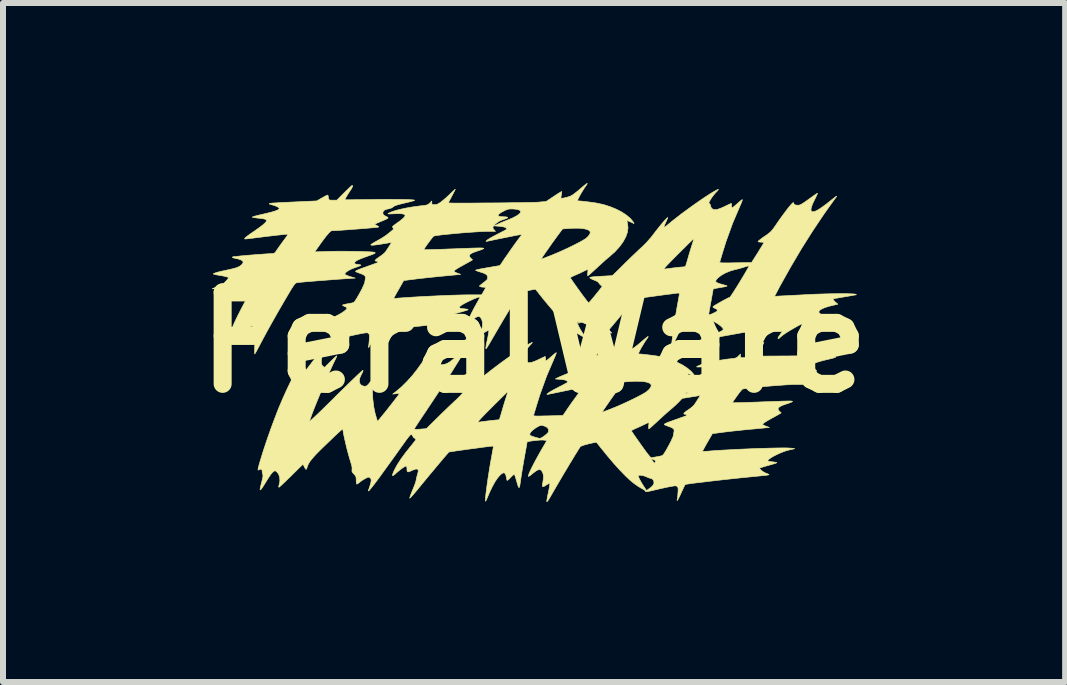
<source format=kicad_pcb>
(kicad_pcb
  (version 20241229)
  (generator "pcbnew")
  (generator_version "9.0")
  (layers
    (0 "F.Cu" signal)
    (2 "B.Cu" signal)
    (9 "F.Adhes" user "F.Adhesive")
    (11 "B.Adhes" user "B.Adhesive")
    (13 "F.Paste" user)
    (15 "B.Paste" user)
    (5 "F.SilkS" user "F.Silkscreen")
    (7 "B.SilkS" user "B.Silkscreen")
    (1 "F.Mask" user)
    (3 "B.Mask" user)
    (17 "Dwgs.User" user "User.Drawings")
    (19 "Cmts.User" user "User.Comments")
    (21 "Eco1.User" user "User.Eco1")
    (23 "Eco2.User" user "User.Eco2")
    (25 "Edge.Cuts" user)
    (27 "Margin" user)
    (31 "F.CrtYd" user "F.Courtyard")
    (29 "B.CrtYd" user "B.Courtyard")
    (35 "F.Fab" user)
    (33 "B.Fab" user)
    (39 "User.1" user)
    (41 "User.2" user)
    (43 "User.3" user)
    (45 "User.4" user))
  (footprint "FeralWare"
    (layer "F.Cu")
    (at 5.849 2.657)
    (property "Reference" "FeralWare" (at 0 0 0) (layer "F.SilkS") (effects (font (size 1.524 1.524) (thickness 0.3))))
    (attr through_hole)
    (fp_poly (pts (xy -3.023 -2.604) (xy -3.033 -2.58) (xy -3.052 -2.547) (xy -3.064 -2.529) (xy -3.087 -2.495) (xy -3.11 -2.459) (xy -3.13 -2.425) (xy -3.145 -2.397) (xy -3.153 -2.381) (xy -3.152 -2.378) (xy -3.141 -2.378) (xy -3.111 -2.378) (xy -3.065 -2.378) (xy -3.004 -2.379) (xy -2.932 -2.38) (xy -2.85 -2.381) (xy -2.761 -2.382) (xy -2.746 -2.382) (xy -2.618 -2.384) (xy -2.497 -2.385) (xy -2.385 -2.385) (xy -2.284 -2.384) (xy -2.196 -2.383) (xy -2.121 -2.382) (xy -2.061 -2.379) (xy -2.019 -2.376) (xy -1.995 -2.373) (xy -1.99 -2.37) (xy -1.999 -2.364) (xy -2.026 -2.356) (xy -2.065 -2.345) (xy -2.113 -2.334) (xy -2.114 -2.334) (xy -2.192 -2.315) (xy -2.251 -2.3) (xy -2.295 -2.287) (xy -2.325 -2.275) (xy -2.346 -2.263) (xy -2.354 -2.255) (xy -2.375 -2.242) (xy -2.407 -2.231) (xy -2.422 -2.228) (xy -2.472 -2.216) (xy -2.503 -2.198) (xy -2.518 -2.172) (xy -2.519 -2.159) (xy -2.516 -2.139) (xy -2.504 -2.123) (xy -2.478 -2.107) (xy -2.47 -2.103) (xy -2.448 -2.092) (xy -2.435 -2.083) (xy -2.433 -2.075) (xy -2.444 -2.065) (xy -2.469 -2.052) (xy -2.509 -2.034) (xy -2.554 -2.016) (xy -2.66 -1.971) (xy -2.619 -1.949) (xy -2.594 -1.934) (xy -2.589 -1.925) (xy -2.593 -1.923) (xy -2.609 -1.92) (xy -2.643 -1.916) (xy -2.692 -1.912) (xy -2.753 -1.906) (xy -2.824 -1.9) (xy -2.9 -1.894) (xy -2.98 -1.888) (xy -3.06 -1.882) (xy -3.138 -1.876) (xy -3.209 -1.871) (xy -3.272 -1.867) (xy -3.323 -1.864) (xy -3.359 -1.863) (xy -3.37 -1.863) (xy -3.387 -1.855) (xy -3.413 -1.831) (xy -3.449 -1.791) (xy -3.494 -1.734) (xy -3.549 -1.659) (xy -3.603 -1.583) (xy -3.655 -1.51) (xy -3.437 -1.517) (xy -3.371 -1.519) (xy -3.296 -1.52) (xy -3.215 -1.52) (xy -3.13 -1.52) (xy -3.044 -1.519) (xy -2.96 -1.518) (xy -2.881 -1.516) (xy -2.81 -1.513) (xy -2.748 -1.511) (xy -2.7 -1.508) (xy -2.668 -1.505) (xy -2.655 -1.502) (xy -2.647 -1.496) (xy -2.648 -1.49) (xy -2.658 -1.482) (xy -2.682 -1.472) (xy -2.72 -1.457) (xy -2.774 -1.438) (xy -2.851 -1.41) (xy -2.909 -1.387) (xy -2.95 -1.367) (xy -2.976 -1.35) (xy -2.988 -1.335) (xy -2.99 -1.327) (xy -2.986 -1.314) (xy -2.97 -1.306) (xy -2.94 -1.301) (xy -2.909 -1.297) (xy -2.888 -1.291) (xy -2.884 -1.289) (xy -2.89 -1.283) (xy -2.913 -1.273) (xy -2.949 -1.259) (xy -2.98 -1.249) (xy -3.039 -1.226) (xy -3.089 -1.201) (xy -3.127 -1.176) (xy -3.149 -1.152) (xy -3.154 -1.138) (xy -3.144 -1.13) (xy -3.119 -1.118) (xy -3.083 -1.104) (xy -3.067 -1.099) (xy -2.979 -1.073) (xy -3.096 -1.065) (xy -3.176 -1.06) (xy -3.263 -1.054) (xy -3.355 -1.047) (xy -3.448 -1.04) (xy -3.541 -1.033) (xy -3.63 -1.026) (xy -3.714 -1.019) (xy -3.788 -1.013) (xy -3.852 -1.007) (xy -3.901 -1.002) (xy -3.934 -0.999) (xy -3.947 -0.997) (xy -3.958 -0.994) (xy -3.968 -0.99) (xy -3.978 -0.983) (xy -3.99 -0.97) (xy -4.005 -0.951) (xy -4.023 -0.923) (xy -4.048 -0.884) (xy -4.078 -0.833) (xy -4.117 -0.767) (xy -4.165 -0.686) (xy -4.173 -0.672) (xy -4.262 -0.519) (xy -4.349 -0.365) (xy -4.433 -0.215) (xy -4.51 -0.073) (xy -4.564 0.029) (xy -4.592 0.082) (xy -4.616 0.127) (xy -4.636 0.163) (xy -4.649 0.185) (xy -4.654 0.191) (xy -4.656 0.181) (xy -4.656 0.153) (xy -4.656 0.113) (xy -4.654 0.062) (xy -4.654 0.045) (xy -4.651 -0.016) (xy -4.651 -0.059) (xy -4.652 -0.091) (xy -4.656 -0.115) (xy -4.663 -0.135) (xy -4.668 -0.147) (xy -4.681 -0.185) (xy -4.688 -0.224) (xy -4.688 -0.234) (xy -4.689 -0.262) (xy -4.695 -0.273) (xy -4.711 -0.269) (xy -4.732 -0.258) (xy -4.777 -0.228) (xy -4.83 -0.179) (xy -4.891 -0.113) (xy -4.933 -0.062) (xy -4.964 -0.024) (xy -4.99 0.006) (xy -5.009 0.026) (xy -5.017 0.032) (xy -5.02 0.028) (xy -5.019 0.013) (xy -5.013 -0.013) (xy -5.002 -0.053) (xy -4.984 -0.111) (xy -4.973 -0.146) (xy -4.96 -0.188) (xy -4.95 -0.222) (xy -4.944 -0.244) (xy -4.942 -0.249) (xy -4.949 -0.254) (xy -4.968 -0.246) (xy -4.996 -0.225) (xy -5 -0.221) (xy -5.023 -0.202) (xy -5.034 -0.197) (xy -5.038 -0.204) (xy -5.038 -0.209) (xy -5.033 -0.232) (xy -5.018 -0.272) (xy -4.995 -0.325) (xy -4.965 -0.389) (xy -4.929 -0.463) (xy -4.888 -0.543) (xy -4.844 -0.628) (xy -4.797 -0.714) (xy -4.749 -0.801) (xy -4.701 -0.885) (xy -4.678 -0.924) (xy -4.654 -0.964) (xy -4.716 -0.958) (xy -4.765 -0.952) (xy -4.824 -0.946) (xy -4.892 -0.939) (xy -4.964 -0.932) (xy -5.038 -0.924) (xy -5.112 -0.917) (xy -5.181 -0.91) (xy -5.243 -0.905) (xy -5.296 -0.9) (xy -5.335 -0.896) (xy -5.358 -0.894) (xy -5.363 -0.894) (xy -5.355 -0.898) (xy -5.332 -0.908) (xy -5.297 -0.922) (xy -5.277 -0.93) (xy -5.227 -0.951) (xy -5.19 -0.971) (xy -5.159 -0.996) (xy -5.14 -1.016) (xy -5.115 -1.043) (xy -5.097 -1.066) (xy -5.091 -1.078) (xy -5.101 -1.087) (xy -5.132 -1.097) (xy -5.184 -1.109) (xy -5.255 -1.121) (xy -5.263 -1.122) (xy -5.301 -1.129) (xy -5.33 -1.136) (xy -5.344 -1.142) (xy -5.345 -1.143) (xy -5.335 -1.15) (xy -5.306 -1.161) (xy -5.263 -1.174) (xy -5.206 -1.188) (xy -5.139 -1.202) (xy -5.117 -1.207) (xy -5.063 -1.219) (xy -5.01 -1.231) (xy -4.966 -1.244) (xy -4.945 -1.251) (xy -4.903 -1.271) (xy -4.87 -1.297) (xy -4.851 -1.325) (xy -4.847 -1.34) (xy -4.857 -1.359) (xy -4.886 -1.377) (xy -4.93 -1.392) (xy -4.962 -1.398) (xy -4.996 -1.406) (xy -5.019 -1.413) (xy -5.027 -1.419) (xy -5.019 -1.428) (xy -5.014 -1.429) (xy -4.997 -1.43) (xy -4.966 -1.433) (xy -4.926 -1.438) (xy -4.916 -1.439) (xy -4.882 -1.443) (xy -4.832 -1.447) (xy -4.772 -1.453) (xy -4.703 -1.458) (xy -4.632 -1.464) (xy -4.56 -1.469) (xy -4.493 -1.474) (xy -4.434 -1.478) (xy -4.388 -1.48) (xy -4.357 -1.482) (xy -4.353 -1.482) (xy -4.332 -1.486) (xy -4.313 -1.501) (xy -4.293 -1.53) (xy -4.275 -1.557) (xy -4.247 -1.596) (xy -4.214 -1.642) (xy -4.18 -1.689) (xy -4.179 -1.69) (xy -4.148 -1.732) (xy -4.123 -1.767) (xy -4.106 -1.792) (xy -4.098 -1.804) (xy -4.098 -1.805) (xy -4.109 -1.805) (xy -4.139 -1.803) (xy -4.183 -1.798) (xy -4.241 -1.792) (xy -4.308 -1.785) (xy -4.382 -1.776) (xy -4.46 -1.767) (xy -4.539 -1.757) (xy -4.617 -1.747) (xy -4.622 -1.747) (xy -4.68 -1.739) (xy -4.732 -1.733) (xy -4.774 -1.728) (xy -4.802 -1.726) (xy -4.809 -1.725) (xy -4.823 -1.726) (xy -4.822 -1.733) (xy -4.809 -1.747) (xy -4.794 -1.76) (xy -4.765 -1.783) (xy -4.725 -1.812) (xy -4.678 -1.844) (xy -4.65 -1.863) (xy -4.577 -1.915) (xy -4.52 -1.958) (xy -4.481 -1.994) (xy -4.459 -2.02) (xy -4.456 -2.032) (xy -4.466 -2.047) (xy -4.497 -2.059) (xy -4.546 -2.067) (xy -4.562 -2.069) (xy -4.605 -2.073) (xy -4.645 -2.078) (xy -4.667 -2.081) (xy -4.691 -2.086) (xy -4.695 -2.089) (xy -4.683 -2.096) (xy -4.678 -2.097) (xy -4.658 -2.104) (xy -4.622 -2.113) (xy -4.575 -2.125) (xy -4.522 -2.137) (xy -4.514 -2.139) (xy -4.429 -2.159) (xy -4.363 -2.176) (xy -4.314 -2.191) (xy -4.28 -2.204) (xy -4.259 -2.215) (xy -4.255 -2.219) (xy -4.246 -2.231) (xy -4.251 -2.243) (xy -4.265 -2.254) (xy -4.292 -2.269) (xy -4.328 -2.283) (xy -4.339 -2.286) (xy -4.383 -2.298) (xy -4.408 -2.307) (xy -4.413 -2.313) (xy -4.4 -2.318) (xy -4.371 -2.322) (xy -4.346 -2.324) (xy -4.303 -2.326) (xy -4.245 -2.33) (xy -4.175 -2.334) (xy -4.097 -2.337) (xy -4.012 -2.341) (xy -3.967 -2.343) (xy -3.621 -2.359) (xy -3.528 -2.412) (xy -3.486 -2.436) (xy -3.458 -2.45) (xy -3.443 -2.456) (xy -3.435 -2.454) (xy -3.432 -2.446) (xy -3.431 -2.442) (xy -3.426 -2.404) (xy -3.418 -2.383) (xy -3.403 -2.373) (xy -3.375 -2.371) (xy -3.352 -2.371) (xy -3.286 -2.371) (xy -3.17 -2.488) (xy -3.128 -2.529) (xy -3.091 -2.565) (xy -3.061 -2.593) (xy -3.041 -2.611) (xy -3.036 -2.615) (xy -3.024 -2.616) (xy -3.023 -2.604)) (stroke (width 0.01) (type solid)) (fill yes) (layer "F.SilkS"))
    (fp_poly (pts (xy 0.884 -2.641) (xy 0.871 -2.621) (xy 0.865 -2.612) (xy 0.842 -2.58) (xy 0.817 -2.54) (xy 0.791 -2.497) (xy 0.766 -2.454) (xy 0.746 -2.416) (xy 0.731 -2.385) (xy 0.723 -2.365) (xy 0.724 -2.36) (xy 0.753 -2.359) (xy 0.796 -2.355) (xy 0.85 -2.349) (xy 0.909 -2.342) (xy 0.967 -2.334) (xy 1.019 -2.327) (xy 1.053 -2.321) (xy 1.162 -2.297) (xy 1.268 -2.263) (xy 1.368 -2.222) (xy 1.46 -2.175) (xy 1.539 -2.123) (xy 1.603 -2.069) (xy 1.64 -2.026) (xy 1.657 -2.001) (xy 1.666 -1.984) (xy 1.666 -1.981) (xy 1.614 -2.006) (xy 1.578 -2.021) (xy 1.557 -2.029) (xy 1.55 -2.03) (xy 1.55 -2.018) (xy 1.555 -1.993) (xy 1.557 -1.984) (xy 1.566 -1.914) (xy 1.556 -1.838) (xy 1.528 -1.758) (xy 1.483 -1.676) (xy 1.422 -1.593) (xy 1.347 -1.511) (xy 1.26 -1.434) (xy 1.229 -1.408) (xy 1.186 -1.371) (xy 1.137 -1.327) (xy 1.085 -1.28) (xy 1.048 -1.245) (xy 1.002 -1.203) (xy 0.962 -1.166) (xy 0.929 -1.137) (xy 0.906 -1.118) (xy 0.897 -1.111) (xy 0.893 -1.121) (xy 0.893 -1.145) (xy 0.895 -1.164) (xy 0.898 -1.194) (xy 0.897 -1.213) (xy 0.895 -1.217) (xy 0.883 -1.213) (xy 0.857 -1.201) (xy 0.823 -1.185) (xy 0.817 -1.182) (xy 0.768 -1.158) (xy 0.714 -1.134) (xy 0.674 -1.117) (xy 0.64 -1.101) (xy 0.616 -1.088) (xy 0.606 -1.079) (xy 0.606 -1.078) (xy 0.613 -1.064) (xy 0.631 -1.038) (xy 0.657 -1) (xy 0.689 -0.955) (xy 0.724 -0.905) (xy 0.762 -0.853) (xy 0.799 -0.802) (xy 0.834 -0.755) (xy 0.865 -0.714) (xy 0.889 -0.682) (xy 0.905 -0.663) (xy 0.91 -0.658) (xy 0.918 -0.667) (xy 0.938 -0.689) (xy 0.965 -0.721) (xy 0.997 -0.759) (xy 1.031 -0.801) (xy 1.065 -0.843) (xy 1.095 -0.881) (xy 1.116 -0.908) (xy 1.136 -0.934) (xy 1.11 -0.957) (xy 1.089 -0.978) (xy 1.076 -0.997) (xy 1.064 -1.009) (xy 1.037 -1.025) (xy 1.006 -1.038) (xy 0.971 -1.052) (xy 0.944 -1.066) (xy 0.931 -1.075) (xy 0.929 -1.081) (xy 0.935 -1.085) (xy 0.952 -1.09) (xy 0.981 -1.094) (xy 1.025 -1.098) (xy 1.085 -1.102) (xy 1.163 -1.106) (xy 1.18 -1.107) (xy 1.306 -1.114) (xy 1.419 -1.224) (xy 2.168 -1.224) (xy 2.172 -1.222) (xy 2.175 -1.222) (xy 2.198 -1.226) (xy 2.236 -1.231) (xy 2.285 -1.238) (xy 2.332 -1.244) (xy 2.384 -1.25) (xy 2.431 -1.255) (xy 2.468 -1.258) (xy 2.487 -1.259) (xy 2.511 -1.263) (xy 2.524 -1.269) (xy 2.529 -1.283) (xy 2.538 -1.312) (xy 2.551 -1.355) (xy 2.566 -1.405) (xy 2.571 -1.425) (xy 2.589 -1.486) (xy 2.608 -1.548) (xy 2.625 -1.603) (xy 2.639 -1.646) (xy 2.64 -1.65) (xy 2.652 -1.687) (xy 2.661 -1.716) (xy 2.664 -1.731) (xy 2.664 -1.732) (xy 2.656 -1.725) (xy 2.635 -1.705) (xy 2.602 -1.674) (xy 2.56 -1.633) (xy 2.51 -1.583) (xy 2.453 -1.527) (xy 2.402 -1.476) (xy 2.332 -1.406) (xy 2.276 -1.349) (xy 2.234 -1.305) (xy 2.202 -1.272) (xy 2.182 -1.248) (xy 2.171 -1.233) (xy 2.168 -1.224) (xy 1.419 -1.224) (xy 1.508 -1.313) (xy 1.567 -1.371) (xy 1.628 -1.43) (xy 1.686 -1.485) (xy 1.737 -1.534) (xy 1.78 -1.574) (xy 1.803 -1.594) (xy 1.875 -1.666) (xy 1.952 -1.754) (xy 1.999 -1.815) (xy 2.039 -1.867) (xy 2.08 -1.918) (xy 2.119 -1.967) (xy 2.156 -2.01) (xy 2.188 -2.046) (xy 2.212 -2.07) (xy 2.226 -2.082) (xy 2.229 -2.082) (xy 2.226 -2.072) (xy 2.216 -2.048) (xy 2.202 -2.016) (xy 2.179 -1.967) (xy 2.167 -1.935) (xy 2.166 -1.922) (xy 2.178 -1.924) (xy 2.204 -1.942) (xy 2.244 -1.975) (xy 2.249 -1.979) (xy 2.316 -2.034) (xy 2.39 -2.092) (xy 2.468 -2.152) (xy 2.55 -2.212) (xy 2.632 -2.272) (xy 2.713 -2.329) (xy 2.791 -2.383) (xy 2.863 -2.431) (xy 2.929 -2.474) (xy 2.985 -2.508) (xy 3.029 -2.533) (xy 3.061 -2.548) (xy 3.074 -2.551) (xy 3.069 -2.544) (xy 3.054 -2.525) (xy 3.03 -2.5) (xy 3.029 -2.499) (xy 2.995 -2.46) (xy 2.961 -2.415) (xy 2.943 -2.386) (xy 2.924 -2.354) (xy 2.915 -2.334) (xy 2.915 -2.322) (xy 2.923 -2.313) (xy 2.924 -2.313) (xy 2.939 -2.292) (xy 2.942 -2.277) (xy 2.949 -2.253) (xy 2.963 -2.233) (xy 2.987 -2.217) (xy 3.018 -2.212) (xy 3.059 -2.219) (xy 3.111 -2.237) (xy 3.174 -2.265) (xy 3.217 -2.286) (xy 3.253 -2.303) (xy 3.278 -2.314) (xy 3.287 -2.318) (xy 3.29 -2.308) (xy 3.291 -2.286) (xy 3.291 -2.281) (xy 3.294 -2.256) (xy 3.299 -2.244) (xy 3.3 -2.244) (xy 3.311 -2.25) (xy 3.334 -2.268) (xy 3.365 -2.294) (xy 3.385 -2.312) (xy 3.419 -2.342) (xy 3.447 -2.365) (xy 3.466 -2.379) (xy 3.471 -2.381) (xy 3.471 -2.372) (xy 3.463 -2.349) (xy 3.449 -2.314) (xy 3.438 -2.289) (xy 3.31 -1.989) (xy 3.198 -1.679) (xy 3.148 -1.519) (xy 3.131 -1.463) (xy 3.116 -1.413) (xy 3.104 -1.373) (xy 3.097 -1.348) (xy 3.095 -1.342) (xy 3.094 -1.336) (xy 3.098 -1.332) (xy 3.109 -1.329) (xy 3.128 -1.327) (xy 3.16 -1.326) (xy 3.205 -1.326) (xy 3.266 -1.326) (xy 3.345 -1.328) (xy 3.357 -1.328) (xy 3.625 -1.332) (xy 3.728 -1.494) (xy 3.76 -1.547) (xy 3.789 -1.593) (xy 3.811 -1.63) (xy 3.826 -1.655) (xy 3.831 -1.664) (xy 3.822 -1.669) (xy 3.798 -1.672) (xy 3.784 -1.672) (xy 3.755 -1.674) (xy 3.735 -1.679) (xy 3.732 -1.681) (xy 3.738 -1.69) (xy 3.759 -1.708) (xy 3.791 -1.733) (xy 3.831 -1.762) (xy 3.84 -1.767) (xy 3.889 -1.801) (xy 3.925 -1.829) (xy 3.953 -1.855) (xy 3.978 -1.885) (xy 4.005 -1.922) (xy 4.022 -1.946) (xy 4.07 -2.017) (xy 4.12 -2.087) (xy 4.168 -2.152) (xy 4.212 -2.211) (xy 4.25 -2.259) (xy 4.279 -2.294) (xy 4.285 -2.3) (xy 4.307 -2.323) (xy 4.319 -2.331) (xy 4.325 -2.328) (xy 4.329 -2.316) (xy 4.336 -2.3) (xy 4.352 -2.292) (xy 4.383 -2.288) (xy 4.401 -2.287) (xy 4.417 -2.289) (xy 4.434 -2.294) (xy 4.455 -2.304) (xy 4.483 -2.321) (xy 4.519 -2.345) (xy 4.568 -2.38) (xy 4.625 -2.421) (xy 4.663 -2.448) (xy 4.694 -2.47) (xy 4.716 -2.484) (xy 4.723 -2.487) (xy 4.721 -2.478) (xy 4.711 -2.455) (xy 4.695 -2.42) (xy 4.677 -2.384) (xy 4.642 -2.311) (xy 4.621 -2.254) (xy 4.614 -2.212) (xy 4.621 -2.187) (xy 4.642 -2.177) (xy 4.676 -2.183) (xy 4.724 -2.205) (xy 4.785 -2.244) (xy 4.859 -2.298) (xy 4.88 -2.314) (xy 4.938 -2.36) (xy 4.982 -2.395) (xy 5.013 -2.419) (xy 5.032 -2.433) (xy 5.042 -2.439) (xy 5.043 -2.437) (xy 5.039 -2.43) (xy 5.03 -2.418) (xy 5.026 -2.413) (xy 4.834 -2.144) (xy 4.643 -1.859) (xy 4.456 -1.563) (xy 4.277 -1.26) (xy 4.107 -0.957) (xy 4.074 -0.895) (xy 4.008 -0.769) (xy 4.15 -0.777) (xy 4.2 -0.779) (xy 4.267 -0.783) (xy 4.345 -0.787) (xy 4.431 -0.791) (xy 4.518 -0.796) (xy 4.583 -0.799) (xy 4.675 -0.804) (xy 4.771 -0.807) (xy 4.868 -0.81) (xy 4.964 -0.812) (xy 5.055 -0.813) (xy 5.138 -0.813) (xy 5.212 -0.813) (xy 5.274 -0.811) (xy 5.321 -0.809) (xy 5.35 -0.806) (xy 5.355 -0.804) (xy 5.371 -0.798) (xy 5.371 -0.795) (xy 5.358 -0.793) (xy 5.327 -0.788) (xy 5.283 -0.78) (xy 5.228 -0.77) (xy 5.181 -0.762) (xy 5.121 -0.752) (xy 5.069 -0.743) (xy 5.028 -0.736) (xy 5.001 -0.731) (xy 4.993 -0.73) (xy 4.984 -0.724) (xy 4.99 -0.708) (xy 5.008 -0.686) (xy 5.024 -0.671) (xy 5.063 -0.638) (xy 5.006 -0.625) (xy 4.918 -0.604) (xy 4.848 -0.582) (xy 4.795 -0.559) (xy 4.761 -0.537) (xy 4.746 -0.514) (xy 4.751 -0.493) (xy 4.753 -0.491) (xy 4.785 -0.466) (xy 4.836 -0.446) (xy 4.879 -0.435) (xy 4.927 -0.424) (xy 4.972 -0.412) (xy 5.01 -0.4) (xy 5.037 -0.389) (xy 5.048 -0.382) (xy 5.048 -0.381) (xy 5.038 -0.378) (xy 5.011 -0.374) (xy 4.969 -0.369) (xy 4.917 -0.364) (xy 4.882 -0.361) (xy 4.811 -0.355) (xy 4.736 -0.348) (xy 4.665 -0.341) (xy 4.604 -0.335) (xy 4.593 -0.333) (xy 4.542 -0.327) (xy 4.504 -0.321) (xy 4.472 -0.312) (xy 4.441 -0.299) (xy 4.403 -0.28) (xy 4.355 -0.253) (xy 4.269 -0.203) (xy 4.199 -0.16) (xy 4.146 -0.123) (xy 4.11 -0.094) (xy 4.102 -0.086) (xy 4.082 -0.068) (xy 4.068 -0.064) (xy 4.064 -0.073) (xy 4.07 -0.085) (xy 4.085 -0.11) (xy 4.109 -0.144) (xy 4.133 -0.18) (xy 4.161 -0.219) (xy 4.182 -0.251) (xy 4.196 -0.273) (xy 4.199 -0.281) (xy 4.188 -0.28) (xy 4.158 -0.276) (xy 4.111 -0.27) (xy 4.05 -0.26) (xy 3.978 -0.249) (xy 3.895 -0.235) (xy 3.806 -0.22) (xy 3.711 -0.204) (xy 3.613 -0.188) (xy 3.514 -0.171) (xy 3.417 -0.154) (xy 3.324 -0.137) (xy 3.236 -0.121) (xy 3.157 -0.107) (xy 3.088 -0.094) (xy 3.031 -0.082) (xy 3.013 -0.079) (xy 2.974 -0.071) (xy 2.942 -0.066) (xy 2.923 -0.064) (xy 2.922 -0.069) (xy 2.937 -0.081) (xy 2.963 -0.1) (xy 2.996 -0.122) (xy 3.034 -0.144) (xy 3.072 -0.165) (xy 3.102 -0.18) (xy 3.131 -0.196) (xy 3.15 -0.211) (xy 3.154 -0.218) (xy 3.145 -0.239) (xy 3.121 -0.266) (xy 3.086 -0.294) (xy 3.046 -0.322) (xy 3.003 -0.345) (xy 2.963 -0.362) (xy 2.938 -0.368) (xy 2.893 -0.373) (xy 2.88 -0.274) (xy 2.871 -0.208) (xy 2.863 -0.163) (xy 2.856 -0.138) (xy 2.848 -0.133) (xy 2.839 -0.147) (xy 2.828 -0.18) (xy 2.813 -0.232) (xy 2.81 -0.243) (xy 2.797 -0.288) (xy 2.785 -0.324) (xy 2.776 -0.348) (xy 2.773 -0.355) (xy 2.762 -0.35) (xy 2.742 -0.333) (xy 2.716 -0.306) (xy 2.711 -0.302) (xy 2.685 -0.275) (xy 2.664 -0.257) (xy 2.653 -0.252) (xy 2.652 -0.252) (xy 2.647 -0.268) (xy 2.641 -0.295) (xy 2.64 -0.305) (xy 2.629 -0.349) (xy 2.613 -0.373) (xy 2.591 -0.379) (xy 2.563 -0.365) (xy 2.527 -0.332) (xy 2.493 -0.292) (xy 2.452 -0.232) (xy 2.408 -0.153) (xy 2.36 -0.053) (xy 2.313 0.057) (xy 2.302 0.081) (xy 2.294 0.094) (xy 2.292 0.094) (xy 2.29 0.081) (xy 2.292 0.049) (xy 2.296 0.001) (xy 2.303 -0.06) (xy 2.312 -0.131) (xy 2.323 -0.21) (xy 2.335 -0.295) (xy 2.348 -0.383) (xy 2.362 -0.468) (xy 2.911 -0.468) (xy 2.914 -0.462) (xy 2.926 -0.463) (xy 2.949 -0.471) (xy 2.986 -0.487) (xy 3.019 -0.503) (xy 3.048 -0.521) (xy 3.056 -0.538) (xy 3.044 -0.554) (xy 3.016 -0.568) (xy 2.99 -0.58) (xy 2.981 -0.59) (xy 2.985 -0.599) (xy 2.999 -0.61) (xy 3.028 -0.628) (xy 3.066 -0.65) (xy 3.109 -0.675) (xy 3.154 -0.7) (xy 3.196 -0.722) (xy 3.231 -0.74) (xy 3.254 -0.75) (xy 3.261 -0.752) (xy 3.269 -0.76) (xy 3.286 -0.784) (xy 3.311 -0.821) (xy 3.341 -0.868) (xy 3.375 -0.921) (xy 3.411 -0.979) (xy 3.447 -1.039) (xy 3.483 -1.098) (xy 3.515 -1.152) (xy 3.543 -1.201) (xy 3.565 -1.239) (xy 3.579 -1.266) (xy 3.583 -1.278) (xy 3.583 -1.278) (xy 3.572 -1.277) (xy 3.546 -1.27) (xy 3.51 -1.259) (xy 3.501 -1.256) (xy 3.45 -1.24) (xy 3.391 -1.224) (xy 3.339 -1.212) (xy 3.265 -1.19) (xy 3.19 -1.159) (xy 3.123 -1.122) (xy 3.07 -1.081) (xy 3.067 -1.079) (xy 3.04 -1.05) (xy 3.027 -1.027) (xy 3.032 -1.009) (xy 3.054 -0.994) (xy 3.095 -0.979) (xy 3.133 -0.968) (xy 3.17 -0.958) (xy 3.2 -0.949) (xy 3.216 -0.943) (xy 3.212 -0.938) (xy 3.19 -0.931) (xy 3.153 -0.924) (xy 3.107 -0.916) (xy 3.059 -0.908) (xy 3.02 -0.9) (xy 2.994 -0.894) (xy 2.985 -0.89) (xy 2.983 -0.877) (xy 2.978 -0.848) (xy 2.97 -0.804) (xy 2.96 -0.749) (xy 2.949 -0.687) (xy 2.948 -0.682) (xy 2.936 -0.619) (xy 2.926 -0.562) (xy 2.918 -0.516) (xy 2.913 -0.484) (xy 2.911 -0.468) (xy 2.911 -0.468) (xy 2.362 -0.468) (xy 2.363 -0.47) (xy 2.377 -0.556) (xy 2.388 -0.613) (xy 2.399 -0.675) (xy 2.409 -0.73) (xy 2.417 -0.775) (xy 2.422 -0.805) (xy 2.424 -0.818) (xy 2.424 -0.818) (xy 2.414 -0.822) (xy 2.39 -0.823) (xy 2.373 -0.821) (xy 2.268 -0.807) (xy 2.166 -0.794) (xy 2.068 -0.781) (xy 1.976 -0.768) (xy 1.893 -0.757) (xy 1.82 -0.746) (xy 1.761 -0.738) (xy 1.717 -0.731) (xy 1.69 -0.726) (xy 1.682 -0.724) (xy 1.673 -0.715) (xy 1.652 -0.691) (xy 1.621 -0.655) (xy 1.582 -0.609) (xy 1.536 -0.555) (xy 1.485 -0.494) (xy 1.459 -0.464) (xy 1.247 -0.21) (xy 1.272 -0.183) (xy 1.296 -0.156) (xy 1.27 -0.163) (xy 1.245 -0.17) (xy 1.232 -0.173) (xy 1.221 -0.166) (xy 1.2 -0.145) (xy 1.172 -0.113) (xy 1.138 -0.074) (xy 1.126 -0.06) (xy 1.093 -0.019) (xy 1.064 0.013) (xy 1.042 0.035) (xy 1.03 0.045) (xy 1.029 0.044) (xy 1.031 0.031) (xy 1.041 0.002) (xy 1.056 -0.038) (xy 1.075 -0.086) (xy 1.079 -0.095) (xy 1.099 -0.143) (xy 1.115 -0.184) (xy 1.127 -0.214) (xy 1.132 -0.229) (xy 1.132 -0.23) (xy 1.124 -0.239) (xy 1.102 -0.256) (xy 1.07 -0.277) (xy 1.061 -0.283) (xy 0.99 -0.327) (xy 0.952 -0.306) (xy 0.915 -0.285) (xy 0.857 -0.311) (xy 0.815 -0.33) (xy 0.786 -0.337) (xy 0.767 -0.335) (xy 0.754 -0.326) (xy 0.743 -0.32) (xy 0.741 -0.331) (xy 0.736 -0.347) (xy 0.73 -0.349) (xy 0.721 -0.341) (xy 0.724 -0.318) (xy 0.737 -0.283) (xy 0.76 -0.238) (xy 0.791 -0.185) (xy 0.817 -0.146) (xy 0.836 -0.116) (xy 0.848 -0.094) (xy 0.85 -0.085) (xy 0.85 -0.085) (xy 0.833 -0.09) (xy 0.803 -0.104) (xy 0.767 -0.125) (xy 0.728 -0.148) (xy 0.692 -0.171) (xy 0.667 -0.189) (xy 0.597 -0.247) (xy 0.528 -0.309) (xy 0.458 -0.378) (xy 0.42 -0.418) (xy 1.086 -0.418) (xy 1.094 -0.402) (xy 1.113 -0.375) (xy 1.113 -0.374) (xy 1.148 -0.326) (xy 1.162 -0.36) (xy 1.171 -0.39) (xy 1.173 -0.416) (xy 1.173 -0.417) (xy 1.161 -0.436) (xy 1.137 -0.443) (xy 1.107 -0.437) (xy 1.101 -0.434) (xy 1.089 -0.427) (xy 1.086 -0.418) (xy 0.42 -0.418) (xy 0.385 -0.455) (xy 0.308 -0.541) (xy 0.224 -0.64) (xy 0.132 -0.752) (xy 0.031 -0.88) (xy 0.025 -0.888) (xy 0.014 -0.887) (xy -0.013 -0.882) (xy -0.053 -0.874) (xy -0.101 -0.863) (xy -0.103 -0.863) (xy -0.17 -0.845) (xy -0.217 -0.829) (xy -0.243 -0.815) (xy -0.246 -0.812) (xy -0.257 -0.797) (xy -0.276 -0.767) (xy -0.304 -0.722) (xy -0.339 -0.666) (xy -0.378 -0.601) (xy -0.422 -0.528) (xy -0.468 -0.451) (xy -0.516 -0.371) (xy -0.563 -0.291) (xy -0.609 -0.213) (xy -0.652 -0.139) (xy -0.687 -0.079) (xy -0.725 -0.013) (xy -0.754 0.036) (xy -0.775 0.07) (xy -0.789 0.092) (xy -0.798 0.102) (xy -0.803 0.102) (xy -0.804 0.094) (xy -0.804 0.092) (xy -0.802 0.075) (xy -0.796 0.042) (xy -0.788 -0.002) (xy -0.777 -0.052) (xy -0.777 -0.053) (xy -0.767 -0.103) (xy -0.759 -0.147) (xy -0.754 -0.179) (xy -0.753 -0.195) (xy -0.753 -0.195) (xy -0.76 -0.201) (xy -0.776 -0.196) (xy -0.804 -0.18) (xy -0.815 -0.174) (xy -0.848 -0.154) (xy -0.869 -0.148) (xy -0.877 -0.157) (xy -0.876 -0.183) (xy -0.869 -0.223) (xy -0.859 -0.289) (xy -0.86 -0.342) (xy -0.874 -0.387) (xy -0.875 -0.388) (xy -0.893 -0.418) (xy -0.915 -0.432) (xy -0.943 -0.431) (xy -0.978 -0.413) (xy -1.024 -0.38) (xy -1.043 -0.365) (xy -1.073 -0.34) (xy -1.097 -0.324) (xy -1.11 -0.319) (xy -1.111 -0.32) (xy -1.106 -0.342) (xy -1.093 -0.378) (xy -1.072 -0.427) (xy -1.045 -0.483) (xy -1.014 -0.544) (xy -0.981 -0.606) (xy -0.972 -0.622) (xy -0.946 -0.669) (xy -0.924 -0.709) (xy -0.908 -0.739) (xy -0.9 -0.754) (xy -0.9 -0.756) (xy -0.908 -0.759) (xy -0.932 -0.753) (xy -0.967 -0.74) (xy -1.01 -0.723) (xy -1.058 -0.701) (xy -1.106 -0.678) (xy -1.152 -0.655) (xy -1.191 -0.633) (xy -1.22 -0.614) (xy -1.233 -0.603) (xy -1.245 -0.586) (xy -1.243 -0.576) (xy -1.224 -0.569) (xy -1.194 -0.565) (xy -1.143 -0.559) (xy -1.111 -0.554) (xy -1.099 -0.549) (xy -1.106 -0.542) (xy -1.134 -0.532) (xy -1.182 -0.518) (xy -1.201 -0.513) (xy -1.253 -0.498) (xy -1.3 -0.485) (xy -1.337 -0.473) (xy -1.359 -0.466) (xy -1.39 -0.454) (xy -1.359 -0.423) (xy -1.33 -0.399) (xy -1.293 -0.379) (xy -1.278 -0.373) (xy -1.249 -0.361) (xy -1.231 -0.352) (xy -1.228 -0.348) (xy -1.237 -0.344) (xy -1.262 -0.339) (xy -1.294 -0.335) (xy -1.411 -0.324) (xy -1.533 -0.312) (xy -1.656 -0.299) (xy -1.779 -0.286) (xy -1.901 -0.273) (xy -2.019 -0.26) (xy -2.132 -0.248) (xy -2.238 -0.235) (xy -2.335 -0.224) (xy -2.421 -0.213) (xy -2.494 -0.204) (xy -2.553 -0.196) (xy -2.595 -0.19) (xy -2.62 -0.185) (xy -2.625 -0.183) (xy -2.632 -0.171) (xy -2.646 -0.143) (xy -2.665 -0.104) (xy -2.686 -0.057) (xy -2.688 -0.053) (xy -2.71 -0.006) (xy -2.73 0.035) (xy -2.745 0.064) (xy -2.754 0.079) (xy -2.754 0.079) (xy -2.761 0.083) (xy -2.759 0.072) (xy -2.755 0.053) (xy -2.751 0.019) (xy -2.747 -0.023) (xy -2.746 -0.04) (xy -2.743 -0.085) (xy -2.743 -0.115) (xy -2.746 -0.133) (xy -2.753 -0.145) (xy -2.758 -0.15) (xy -2.769 -0.158) (xy -2.782 -0.162) (xy -2.801 -0.161) (xy -2.832 -0.157) (xy -2.879 -0.149) (xy -2.93 -0.138) (xy -2.993 -0.125) (xy -3.06 -0.11) (xy -3.121 -0.096) (xy -3.188 -0.08) (xy -3.237 -0.071) (xy -3.267 -0.067) (xy -3.28 -0.069) (xy -3.278 -0.077) (xy -3.261 -0.091) (xy -3.248 -0.099) (xy -3.214 -0.123) (xy -3.183 -0.147) (xy -3.172 -0.157) (xy -3.148 -0.19) (xy -3.144 -0.225) (xy -3.159 -0.259) (xy -3.193 -0.291) (xy -3.241 -0.317) (xy -3.267 -0.328) (xy -3.291 -0.335) (xy -3.318 -0.338) (xy -3.354 -0.338) (xy -3.404 -0.335) (xy -3.416 -0.335) (xy -3.47 -0.332) (xy -3.506 -0.332) (xy -3.525 -0.336) (xy -3.526 -0.343) (xy -3.51 -0.354) (xy -3.474 -0.37) (xy -3.419 -0.392) (xy -3.355 -0.417) (xy -3.301 -0.44) (xy -3.247 -0.468) (xy -3.198 -0.497) (xy -3.157 -0.526) (xy -3.129 -0.551) (xy -3.122 -0.561) (xy -3.117 -0.575) (xy -3.125 -0.585) (xy -3.148 -0.597) (xy -3.153 -0.599) (xy -3.178 -0.611) (xy -3.191 -0.621) (xy -3.191 -0.624) (xy -3.179 -0.629) (xy -3.151 -0.636) (xy -3.114 -0.644) (xy -3.104 -0.645) (xy -3.062 -0.653) (xy -3.028 -0.66) (xy -3.006 -0.667) (xy -3.004 -0.667) (xy -2.99 -0.682) (xy -2.97 -0.711) (xy -2.955 -0.735) (xy -2.339 -0.735) (xy -2.33 -0.733) (xy -2.307 -0.735) (xy -2.299 -0.735) (xy -2.278 -0.738) (xy -2.238 -0.741) (xy -2.185 -0.745) (xy -2.121 -0.749) (xy -2.049 -0.754) (xy -2 -0.757) (xy -1.849 -0.766) (xy -1.698 -0.773) (xy -1.55 -0.78) (xy -1.409 -0.786) (xy -1.278 -0.79) (xy -1.16 -0.793) (xy -1.06 -0.794) (xy -1.048 -0.794) (xy -0.873 -0.794) (xy -0.841 -0.849) (xy -0.824 -0.88) (xy -0.811 -0.903) (xy -0.806 -0.913) (xy -0.813 -0.918) (xy -0.833 -0.921) (xy -0.865 -0.923) (xy -0.892 -0.929) (xy -0.908 -0.937) (xy -0.91 -0.941) (xy -0.902 -0.949) (xy -0.88 -0.967) (xy -0.85 -0.991) (xy -0.841 -0.998) (xy -0.804 -1.027) (xy -0.783 -1.048) (xy -0.774 -1.066) (xy -0.773 -1.075) (xy -0.776 -1.104) (xy -0.787 -1.125) (xy -0.811 -1.142) (xy -0.849 -1.159) (xy -0.884 -1.17) (xy -0.924 -1.183) (xy -0.955 -1.194) (xy -0.972 -1.203) (xy -0.974 -1.205) (xy -0.964 -1.209) (xy -0.936 -1.216) (xy -0.894 -1.225) (xy -0.84 -1.235) (xy -0.778 -1.246) (xy -0.77 -1.247) (xy -0.708 -1.258) (xy -0.653 -1.268) (xy -0.608 -1.275) (xy -0.578 -1.281) (xy -0.566 -1.284) (xy -0.566 -1.284) (xy -0.546 -1.314) (xy -0.517 -1.358) (xy -0.497 -1.387) (xy 0.115 -1.387) (xy 0.156 -1.401) (xy 0.18 -1.41) (xy 0.22 -1.426) (xy 0.269 -1.445) (xy 0.322 -1.466) (xy 0.333 -1.471) (xy 0.402 -1.5) (xy 0.476 -1.533) (xy 0.553 -1.568) (xy 0.629 -1.605) (xy 0.701 -1.641) (xy 0.764 -1.674) (xy 0.816 -1.703) (xy 0.853 -1.726) (xy 0.86 -1.73) (xy 0.898 -1.764) (xy 0.925 -1.798) (xy 0.937 -1.829) (xy 0.935 -1.847) (xy 0.916 -1.868) (xy 0.877 -1.886) (xy 0.822 -1.897) (xy 0.75 -1.904) (xy 0.665 -1.904) (xy 0.578 -1.9) (xy 0.475 -1.892) (xy 0.387 -1.774) (xy 0.347 -1.719) (xy 0.3 -1.654) (xy 0.253 -1.587) (xy 0.211 -1.526) (xy 0.207 -1.522) (xy 0.115 -1.387) (xy -0.497 -1.387) (xy -0.481 -1.411) (xy -0.44 -1.469) (xy -0.399 -1.529) (xy -0.358 -1.587) (xy -0.322 -1.638) (xy -0.292 -1.679) (xy -0.284 -1.69) (xy -0.201 -1.801) (xy -0.251 -1.793) (xy -0.277 -1.789) (xy -0.319 -1.781) (xy -0.374 -1.77) (xy -0.438 -1.757) (xy -0.507 -1.743) (xy -0.529 -1.739) (xy -0.597 -1.725) (xy -0.66 -1.712) (xy -0.713 -1.701) (xy -0.754 -1.692) (xy -0.779 -1.687) (xy -0.783 -1.687) (xy -0.799 -1.684) (xy -0.801 -1.687) (xy -0.788 -1.7) (xy -0.778 -1.709) (xy -0.757 -1.723) (xy -0.721 -1.745) (xy -0.676 -1.77) (xy -0.624 -1.797) (xy -0.606 -1.806) (xy -0.556 -1.832) (xy -0.513 -1.854) (xy -0.48 -1.872) (xy -0.462 -1.884) (xy -0.459 -1.886) (xy -0.458 -1.903) (xy -0.477 -1.917) (xy -0.515 -1.928) (xy -0.569 -1.935) (xy -0.573 -1.936) (xy -0.661 -1.943) (xy -0.619 -1.964) (xy -0.594 -1.976) (xy -0.554 -1.994) (xy -0.504 -2.015) (xy -0.449 -2.037) (xy -0.434 -2.043) (xy -0.353 -2.077) (xy -0.292 -2.109) (xy -0.249 -2.139) (xy -0.226 -2.164) (xy -0.223 -2.186) (xy -0.239 -2.204) (xy -0.275 -2.216) (xy -0.332 -2.224) (xy -0.36 -2.225) (xy -0.401 -2.225) (xy -0.435 -2.22) (xy -0.47 -2.207) (xy -0.498 -2.194) (xy -0.552 -2.165) (xy -0.585 -2.14) (xy -0.599 -2.121) (xy -0.592 -2.107) (xy -0.564 -2.098) (xy -0.519 -2.095) (xy -0.471 -2.093) (xy -0.444 -2.088) (xy -0.438 -2.081) (xy -0.453 -2.07) (xy -0.483 -2.059) (xy -0.538 -2.04) (xy -0.58 -2.021) (xy -0.616 -1.997) (xy -0.646 -1.972) (xy -0.675 -1.942) (xy -0.686 -1.919) (xy -0.68 -1.896) (xy -0.665 -1.877) (xy -0.642 -1.852) (xy -0.764 -1.852) (xy -0.813 -1.851) (xy -0.874 -1.849) (xy -0.947 -1.844) (xy -1.027 -1.839) (xy -1.113 -1.833) (xy -1.202 -1.826) (xy -1.29 -1.818) (xy -1.375 -1.81) (xy -1.455 -1.802) (xy -1.526 -1.795) (xy -1.587 -1.787) (xy -1.633 -1.781) (xy -1.663 -1.775) (xy -1.673 -1.772) (xy -1.684 -1.761) (xy -1.703 -1.737) (xy -1.728 -1.705) (xy -1.755 -1.668) (xy -1.783 -1.631) (xy -1.807 -1.596) (xy -1.826 -1.568) (xy -1.836 -1.551) (xy -1.837 -1.548) (xy -1.825 -1.547) (xy -1.795 -1.547) (xy -1.75 -1.547) (xy -1.691 -1.549) (xy -1.621 -1.551) (xy -1.543 -1.553) (xy -1.511 -1.554) (xy -1.42 -1.558) (xy -1.325 -1.561) (xy -1.232 -1.565) (xy -1.146 -1.568) (xy -1.071 -1.571) (xy -1.013 -1.573) (xy -0.938 -1.575) (xy -0.884 -1.575) (xy -0.85 -1.573) (xy -0.836 -1.569) (xy -0.836 -1.568) (xy -0.846 -1.561) (xy -0.871 -1.549) (xy -0.908 -1.535) (xy -0.94 -1.525) (xy -1.003 -1.503) (xy -1.047 -1.483) (xy -1.071 -1.463) (xy -1.078 -1.441) (xy -1.067 -1.419) (xy -1.052 -1.403) (xy -1.025 -1.377) (xy -1.05 -1.362) (xy -1.068 -1.351) (xy -1.101 -1.333) (xy -1.143 -1.31) (xy -1.185 -1.286) (xy -1.245 -1.253) (xy -1.288 -1.227) (xy -1.316 -1.208) (xy -1.33 -1.193) (xy -1.333 -1.184) (xy -1.324 -1.177) (xy -1.301 -1.165) (xy -1.278 -1.155) (xy -1.222 -1.135) (xy -1.281 -1.129) (xy -1.308 -1.126) (xy -1.353 -1.122) (xy -1.411 -1.116) (xy -1.478 -1.11) (xy -1.55 -1.103) (xy -1.577 -1.101) (xy -1.66 -1.092) (xy -1.75 -1.083) (xy -1.84 -1.073) (xy -1.922 -1.064) (xy -1.991 -1.055) (xy -1.993 -1.055) (xy -2.172 -1.032) (xy -2.255 -0.886) (xy -2.284 -0.836) (xy -2.308 -0.793) (xy -2.326 -0.76) (xy -2.337 -0.74) (xy -2.339 -0.735) (xy -2.955 -0.735) (xy -2.945 -0.752) (xy -2.917 -0.8) (xy -2.889 -0.851) (xy -2.863 -0.901) (xy -2.842 -0.947) (xy -2.827 -0.983) (xy -2.82 -1.006) (xy -2.815 -1.041) (xy -2.81 -1.07) (xy -2.809 -1.076) (xy -2.81 -1.098) (xy -2.825 -1.117) (xy -2.855 -1.135) (xy -2.904 -1.153) (xy -2.905 -1.154) (xy -2.939 -1.166) (xy -2.964 -1.177) (xy -2.974 -1.184) (xy -2.974 -1.184) (xy -2.97 -1.191) (xy -2.959 -1.199) (xy -2.936 -1.209) (xy -2.9 -1.224) (xy -2.849 -1.243) (xy -2.781 -1.267) (xy -2.773 -1.27) (xy -2.72 -1.289) (xy -2.673 -1.306) (xy -2.637 -1.319) (xy -2.615 -1.327) (xy -2.611 -1.328) (xy -2.599 -1.339) (xy -2.604 -1.35) (xy -2.624 -1.355) (xy -2.625 -1.355) (xy -2.645 -1.358) (xy -2.647 -1.369) (xy -2.631 -1.388) (xy -2.595 -1.414) (xy -2.575 -1.428) (xy -2.529 -1.46) (xy -2.491 -1.493) (xy -2.468 -1.52) (xy -2.467 -1.521) (xy -2.447 -1.553) (xy -2.422 -1.591) (xy -2.407 -1.614) (xy -2.373 -1.668) (xy -2.517 -1.644) (xy -2.59 -1.632) (xy -2.644 -1.625) (xy -2.682 -1.621) (xy -2.705 -1.621) (xy -2.717 -1.624) (xy -2.72 -1.629) (xy -2.711 -1.637) (xy -2.687 -1.653) (xy -2.652 -1.674) (xy -2.617 -1.693) (xy -2.538 -1.738) (xy -2.468 -1.784) (xy -2.398 -1.839) (xy -2.371 -1.861) (xy -2.349 -1.881) (xy -2.341 -1.894) (xy -2.346 -1.905) (xy -2.351 -1.911) (xy -2.358 -1.92) (xy -2.358 -1.929) (xy -2.348 -1.942) (xy -2.325 -1.96) (xy -2.288 -1.987) (xy -2.227 -2.031) (xy -2.185 -2.066) (xy -2.159 -2.093) (xy -2.149 -2.111) (xy -2.148 -2.113) (xy -2.154 -2.129) (xy -2.173 -2.139) (xy -2.207 -2.145) (xy -2.258 -2.147) (xy -2.323 -2.145) (xy -2.376 -2.143) (xy -2.41 -2.142) (xy -2.429 -2.143) (xy -2.434 -2.145) (xy -2.429 -2.151) (xy -2.424 -2.154) (xy -2.376 -2.176) (xy -2.311 -2.198) (xy -2.23 -2.219) (xy -2.137 -2.239) (xy -2.036 -2.257) (xy -1.928 -2.272) (xy -1.847 -2.282) (xy -1.805 -2.287) (xy -1.777 -2.295) (xy -1.755 -2.308) (xy -1.738 -2.323) (xy -1.704 -2.358) (xy -1.704 -2.327) (xy -1.702 -2.308) (xy -1.694 -2.299) (xy -1.673 -2.297) (xy -1.657 -2.297) (xy -1.629 -2.299) (xy -1.603 -2.308) (xy -1.573 -2.326) (xy -1.546 -2.345) (xy -1.51 -2.374) (xy -1.466 -2.412) (xy -1.421 -2.453) (xy -1.397 -2.476) (xy -1.363 -2.509) (xy -1.336 -2.534) (xy -1.318 -2.55) (xy -1.312 -2.553) (xy -1.317 -2.542) (xy -1.33 -2.516) (xy -1.349 -2.479) (xy -1.371 -2.438) (xy -1.393 -2.395) (xy -1.412 -2.36) (xy -1.424 -2.335) (xy -1.429 -2.326) (xy -1.419 -2.325) (xy -1.389 -2.324) (xy -1.343 -2.323) (xy -1.281 -2.323) (xy -1.207 -2.323) (xy -1.121 -2.323) (xy -1.027 -2.323) (xy -0.926 -2.324) (xy -0.82 -2.325) (xy -0.711 -2.325) (xy -0.601 -2.326) (xy -0.493 -2.327) (xy -0.388 -2.329) (xy -0.289 -2.33) (xy -0.197 -2.331) (xy -0.114 -2.333) (xy -0.043 -2.334) (xy 0.015 -2.336) (xy 0.057 -2.337) (xy 0.08 -2.339) (xy 0.202 -2.35) (xy 0.33 -2.435) (xy 0.375 -2.465) (xy 0.414 -2.49) (xy 0.443 -2.507) (xy 0.459 -2.515) (xy 0.462 -2.516) (xy 0.462 -2.504) (xy 0.459 -2.478) (xy 0.455 -2.461) (xy 0.45 -2.43) (xy 0.448 -2.41) (xy 0.449 -2.405) (xy 0.463 -2.403) (xy 0.491 -2.407) (xy 0.528 -2.415) (xy 0.566 -2.425) (xy 0.602 -2.437) (xy 0.619 -2.445) (xy 0.644 -2.46) (xy 0.679 -2.486) (xy 0.722 -2.519) (xy 0.766 -2.556) (xy 0.772 -2.561) (xy 0.812 -2.596) (xy 0.846 -2.624) (xy 0.872 -2.643) (xy 0.885 -2.652) (xy 0.886 -2.652) (xy 0.884 -2.641)) (stroke (width 0.01) (type solid)) (fill yes) (layer "F.SilkS"))
    (fp_poly (pts (xy 1.9 -0.091) (xy 1.887 -0.07) (xy 1.881 -0.062) (xy 1.858 -0.029) (xy 1.833 0.011) (xy 1.807 0.054) (xy 1.782 0.096) (xy 1.762 0.135) (xy 1.747 0.166) (xy 1.739 0.185) (xy 1.74 0.191) (xy 1.769 0.192) (xy 1.812 0.196) (xy 1.866 0.202) (xy 1.925 0.209) (xy 1.983 0.216) (xy 2.035 0.224) (xy 2.069 0.229) (xy 2.178 0.254) (xy 2.284 0.288) (xy 2.384 0.329) (xy 2.476 0.376) (xy 2.555 0.428) (xy 2.619 0.482) (xy 2.656 0.524) (xy 2.673 0.55) (xy 2.682 0.566) (xy 2.682 0.57) (xy 2.63 0.545) (xy 2.594 0.529) (xy 2.573 0.521) (xy 2.566 0.521) (xy 2.566 0.533) (xy 2.571 0.557) (xy 2.573 0.567) (xy 2.581 0.624) (xy 2.576 0.691) (xy 2.559 0.758) (xy 2.546 0.789) (xy 2.533 0.821) (xy 2.524 0.845) (xy 2.523 0.855) (xy 2.535 0.853) (xy 2.56 0.84) (xy 2.595 0.819) (xy 2.635 0.793) (xy 2.678 0.763) (xy 2.719 0.733) (xy 2.756 0.704) (xy 2.785 0.68) (xy 2.802 0.662) (xy 2.805 0.656) (xy 2.797 0.643) (xy 2.789 0.635) (xy 2.784 0.627) (xy 2.789 0.617) (xy 2.806 0.601) (xy 2.837 0.577) (xy 2.855 0.564) (xy 2.916 0.52) (xy 2.959 0.485) (xy 2.985 0.458) (xy 2.995 0.44) (xy 2.995 0.438) (xy 2.989 0.422) (xy 2.97 0.411) (xy 2.937 0.405) (xy 2.886 0.404) (xy 2.821 0.406) (xy 2.768 0.408) (xy 2.733 0.409) (xy 2.715 0.408) (xy 2.709 0.405) (xy 2.715 0.4) (xy 2.72 0.397) (xy 2.767 0.375) (xy 2.833 0.353) (xy 2.913 0.332) (xy 3.006 0.312) (xy 3.108 0.294) (xy 3.216 0.278) (xy 3.297 0.269) (xy 3.338 0.264) (xy 3.366 0.256) (xy 3.388 0.243) (xy 3.405 0.227) (xy 3.44 0.193) (xy 3.44 0.223) (xy 3.441 0.242) (xy 3.45 0.251) (xy 3.471 0.254) (xy 3.486 0.254) (xy 3.514 0.252) (xy 3.54 0.243) (xy 3.57 0.225) (xy 3.597 0.205) (xy 3.633 0.177) (xy 3.677 0.139) (xy 3.722 0.097) (xy 3.746 0.074) (xy 3.78 0.042) (xy 3.807 0.016) (xy 3.825 0.001) (xy 3.831 -0.003) (xy 3.826 0.009) (xy 3.814 0.035) (xy 3.795 0.071) (xy 3.773 0.113) (xy 3.75 0.156) (xy 3.732 0.191) (xy 3.719 0.216) (xy 3.715 0.225) (xy 3.725 0.226) (xy 3.755 0.226) (xy 3.801 0.227) (xy 3.864 0.227) (xy 3.939 0.226) (xy 4.027 0.226) (xy 4.123 0.225) (xy 4.228 0.225) (xy 4.29 0.224) (xy 4.442 0.223) (xy 4.573 0.223) (xy 4.686 0.223) (xy 4.78 0.223) (xy 4.858 0.225) (xy 4.919 0.227) (xy 4.966 0.23) (xy 4.999 0.233) (xy 5.019 0.237) (xy 5.027 0.242) (xy 5.027 0.244) (xy 5.017 0.249) (xy 4.991 0.258) (xy 4.954 0.268) (xy 4.924 0.275) (xy 4.814 0.301) (xy 4.725 0.327) (xy 4.654 0.353) (xy 4.6 0.379) (xy 4.562 0.407) (xy 4.554 0.415) (xy 4.544 0.433) (xy 4.552 0.445) (xy 4.578 0.453) (xy 4.625 0.456) (xy 4.625 0.456) (xy 4.673 0.458) (xy 4.7 0.463) (xy 4.706 0.47) (xy 4.691 0.48) (xy 4.66 0.491) (xy 4.605 0.51) (xy 4.563 0.529) (xy 4.527 0.553) (xy 4.497 0.579) (xy 4.469 0.608) (xy 4.458 0.632) (xy 4.463 0.654) (xy 4.479 0.674) (xy 4.502 0.699) (xy 4.379 0.699) (xy 4.331 0.699) (xy 4.269 0.702) (xy 4.197 0.706) (xy 4.116 0.712) (xy 4.03 0.718) (xy 3.942 0.725) (xy 3.854 0.733) (xy 3.768 0.74) (xy 3.689 0.748) (xy 3.617 0.756) (xy 3.557 0.763) (xy 3.51 0.77) (xy 3.48 0.775) (xy 3.47 0.779) (xy 3.459 0.79) (xy 3.44 0.813) (xy 3.415 0.845) (xy 3.388 0.882) (xy 3.361 0.92) (xy 3.336 0.955) (xy 3.318 0.982) (xy 3.308 1) (xy 3.307 1.003) (xy 3.318 1.004) (xy 3.348 1.004) (xy 3.394 1.003) (xy 3.453 1.002) (xy 3.523 1) (xy 3.601 0.997) (xy 3.632 0.996) (xy 3.724 0.993) (xy 3.818 0.989) (xy 3.911 0.986) (xy 3.997 0.983) (xy 4.072 0.98) (xy 4.13 0.978) (xy 4.205 0.976) (xy 4.259 0.975) (xy 4.293 0.977) (xy 4.307 0.981) (xy 4.307 0.982) (xy 4.298 0.99) (xy 4.272 1.001) (xy 4.235 1.015) (xy 4.203 1.025) (xy 4.14 1.047) (xy 4.097 1.068) (xy 4.072 1.088) (xy 4.066 1.109) (xy 4.076 1.132) (xy 4.091 1.148) (xy 4.118 1.173) (xy 4.094 1.188) (xy 4.075 1.199) (xy 4.042 1.218) (xy 4 1.241) (xy 3.958 1.264) (xy 3.898 1.298) (xy 3.855 1.324) (xy 3.828 1.343) (xy 3.813 1.357) (xy 3.81 1.366) (xy 3.819 1.374) (xy 3.842 1.386) (xy 3.866 1.395) (xy 3.921 1.416) (xy 3.863 1.422) (xy 3.835 1.425) (xy 3.79 1.429) (xy 3.733 1.434) (xy 3.666 1.441) (xy 3.594 1.447) (xy 3.567 1.45) (xy 3.483 1.458) (xy 3.393 1.468) (xy 3.304 1.477) (xy 3.221 1.487) (xy 3.153 1.495) (xy 3.15 1.496) (xy 2.972 1.519) (xy 2.888 1.665) (xy 2.859 1.715) (xy 2.836 1.758) (xy 2.818 1.791) (xy 2.808 1.811) (xy 2.807 1.815) (xy 2.818 1.815) (xy 2.846 1.814) (xy 2.886 1.812) (xy 2.926 1.809) (xy 3.028 1.801) (xy 3.139 1.794) (xy 3.255 1.788) (xy 3.375 1.781) (xy 3.497 1.776) (xy 3.617 1.771) (xy 3.735 1.766) (xy 3.848 1.763) (xy 3.953 1.76) (xy 4.048 1.758) (xy 4.132 1.757) (xy 4.201 1.757) (xy 4.255 1.759) (xy 4.289 1.762) (xy 4.292 1.762) (xy 4.344 1.77) (xy 4.255 1.79) (xy 4.206 1.803) (xy 4.153 1.821) (xy 4.097 1.844) (xy 4.043 1.869) (xy 3.993 1.894) (xy 3.951 1.919) (xy 3.918 1.942) (xy 3.899 1.961) (xy 3.896 1.974) (xy 3.897 1.975) (xy 3.911 1.98) (xy 3.937 1.984) (xy 3.949 1.986) (xy 4.001 1.992) (xy 4.033 1.997) (xy 4.045 2.002) (xy 4.037 2.009) (xy 4.01 2.018) (xy 3.962 2.032) (xy 3.942 2.038) (xy 3.89 2.052) (xy 3.843 2.066) (xy 3.806 2.077) (xy 3.785 2.084) (xy 3.754 2.096) (xy 3.784 2.128) (xy 3.813 2.151) (xy 3.851 2.172) (xy 3.865 2.178) (xy 3.894 2.189) (xy 3.912 2.199) (xy 3.916 2.202) (xy 3.906 2.207) (xy 3.881 2.211) (xy 3.85 2.215) (xy 3.732 2.227) (xy 3.611 2.239) (xy 3.488 2.251) (xy 3.364 2.264) (xy 3.243 2.277) (xy 3.124 2.29) (xy 3.011 2.303) (xy 2.906 2.315) (xy 2.809 2.327) (xy 2.723 2.337) (xy 2.65 2.346) (xy 2.591 2.354) (xy 2.548 2.361) (xy 2.524 2.365) (xy 2.518 2.367) (xy 2.511 2.38) (xy 2.497 2.408) (xy 2.479 2.447) (xy 2.457 2.493) (xy 2.455 2.498) (xy 2.434 2.545) (xy 2.414 2.585) (xy 2.399 2.615) (xy 2.39 2.63) (xy 2.389 2.63) (xy 2.382 2.633) (xy 2.385 2.622) (xy 2.388 2.604) (xy 2.393 2.57) (xy 2.397 2.528) (xy 2.398 2.511) (xy 2.401 2.465) (xy 2.401 2.436) (xy 2.398 2.418) (xy 2.39 2.406) (xy 2.385 2.401) (xy 2.375 2.393) (xy 2.362 2.389) (xy 2.342 2.389) (xy 2.311 2.394) (xy 2.265 2.402) (xy 2.213 2.412) (xy 2.15 2.426) (xy 2.083 2.441) (xy 2.027 2.454) (xy 1.96 2.47) (xy 1.912 2.48) (xy 1.879 2.485) (xy 1.861 2.486) (xy 1.855 2.482) (xy 1.857 2.478) (xy 1.851 2.468) (xy 1.831 2.453) (xy 1.8 2.435) (xy 1.796 2.434) (xy 1.731 2.395) (xy 1.661 2.345) (xy 1.586 2.282) (xy 1.524 2.223) (xy 1.736 2.223) (xy 1.741 2.241) (xy 1.755 2.272) (xy 1.776 2.312) (xy 1.801 2.355) (xy 1.827 2.396) (xy 1.833 2.405) (xy 1.874 2.467) (xy 1.908 2.443) (xy 1.94 2.42) (xy 1.97 2.394) (xy 1.971 2.393) (xy 1.995 2.36) (xy 1.999 2.323) (xy 1.984 2.288) (xy 1.965 2.271) (xy 1.948 2.265) (xy 1.928 2.261) (xy 1.897 2.249) (xy 1.872 2.238) (xy 1.835 2.224) (xy 1.797 2.215) (xy 1.765 2.212) (xy 1.743 2.215) (xy 1.736 2.223) (xy 1.524 2.223) (xy 1.506 2.205) (xy 1.419 2.115) (xy 1.324 2.009) (xy 1.265 1.939) (xy 1.953 1.939) (xy 1.957 1.95) (xy 1.975 1.974) (xy 1.992 1.996) (xy 2.004 2.009) (xy 2.006 2.011) (xy 2.014 2.003) (xy 2.021 1.99) (xy 2.026 1.975) (xy 2.018 1.965) (xy 1.994 1.953) (xy 1.964 1.941) (xy 1.953 1.939) (xy 1.265 1.939) (xy 1.221 1.887) (xy 1.108 1.748) (xy 1.041 1.663) (xy 1.03 1.663) (xy 1.003 1.668) (xy 0.963 1.677) (xy 0.915 1.688) (xy 0.913 1.688) (xy 0.846 1.706) (xy 0.799 1.721) (xy 0.773 1.735) (xy 0.77 1.739) (xy 0.759 1.753) (xy 0.74 1.784) (xy 0.712 1.829) (xy 0.677 1.885) (xy 0.638 1.95) (xy 0.594 2.022) (xy 0.548 2.1) (xy 0.5 2.179) (xy 0.453 2.259) (xy 0.407 2.337) (xy 0.364 2.411) (xy 0.329 2.471) (xy 0.291 2.537) (xy 0.262 2.587) (xy 0.241 2.621) (xy 0.227 2.642) (xy 0.218 2.652) (xy 0.213 2.653) (xy 0.212 2.645) (xy 0.212 2.643) (xy 0.214 2.626) (xy 0.22 2.593) (xy 0.228 2.549) (xy 0.239 2.498) (xy 0.239 2.498) (xy 0.249 2.448) (xy 0.257 2.404) (xy 0.262 2.372) (xy 0.263 2.356) (xy 0.263 2.355) (xy 0.256 2.35) (xy 0.24 2.354) (xy 0.212 2.37) (xy 0.201 2.377) (xy 0.168 2.397) (xy 0.147 2.403) (xy 0.139 2.394) (xy 0.14 2.368) (xy 0.147 2.328) (xy 0.157 2.261) (xy 0.156 2.208) (xy 0.142 2.163) (xy 0.141 2.162) (xy 0.123 2.133) (xy 0.101 2.119) (xy 0.073 2.12) (xy 0.038 2.137) (xy -0.008 2.171) (xy -0.027 2.186) (xy -0.057 2.211) (xy -0.081 2.227) (xy -0.094 2.232) (xy -0.095 2.231) (xy -0.09 2.205) (xy -0.074 2.164) (xy -0.049 2.109) (xy -0.015 2.041) (xy 0.026 1.963) (xy 0.074 1.876) (xy 0.127 1.782) (xy 0.163 1.722) (xy 0.184 1.685) (xy 0.201 1.656) (xy 0.21 1.639) (xy 0.212 1.636) (xy 0.202 1.633) (xy 0.178 1.629) (xy 0.157 1.626) (xy 0.129 1.625) (xy 0.09 1.627) (xy 0.044 1.631) (xy -0.003 1.636) (xy -0.048 1.642) (xy -0.084 1.649) (xy -0.109 1.655) (xy -0.116 1.66) (xy -0.118 1.672) (xy -0.123 1.702) (xy -0.131 1.747) (xy -0.141 1.804) (xy -0.153 1.87) (xy -0.163 1.926) (xy -0.177 2.004) (xy -0.19 2.081) (xy -0.202 2.152) (xy -0.212 2.214) (xy -0.219 2.262) (xy -0.222 2.281) (xy -0.231 2.346) (xy -0.238 2.39) (xy -0.245 2.414) (xy -0.253 2.418) (xy -0.262 2.402) (xy -0.274 2.367) (xy -0.289 2.314) (xy -0.291 2.307) (xy -0.304 2.263) (xy -0.316 2.226) (xy -0.324 2.203) (xy -0.328 2.196) (xy -0.339 2.201) (xy -0.359 2.218) (xy -0.385 2.244) (xy -0.39 2.249) (xy -0.416 2.276) (xy -0.437 2.293) (xy -0.448 2.299) (xy -0.449 2.298) (xy -0.454 2.283) (xy -0.46 2.255) (xy -0.461 2.246) (xy -0.472 2.202) (xy -0.488 2.177) (xy -0.51 2.172) (xy -0.538 2.185) (xy -0.574 2.218) (xy -0.608 2.259) (xy -0.649 2.318) (xy -0.693 2.398) (xy -0.741 2.497) (xy -0.788 2.608) (xy -0.799 2.632) (xy -0.807 2.644) (xy -0.809 2.645) (xy -0.811 2.631) (xy -0.809 2.599) (xy -0.805 2.552) (xy -0.798 2.491) (xy -0.789 2.42) (xy -0.778 2.34) (xy -0.766 2.256) (xy -0.752 2.168) (xy -0.738 2.08) (xy -0.724 1.995) (xy -0.713 1.937) (xy -0.702 1.875) (xy -0.692 1.82) (xy -0.684 1.776) (xy -0.679 1.746) (xy -0.677 1.733) (xy -0.677 1.733) (xy -0.687 1.728) (xy -0.711 1.728) (xy -0.728 1.73) (xy -0.832 1.743) (xy -0.935 1.757) (xy -1.033 1.77) (xy -1.125 1.782) (xy -1.208 1.794) (xy -1.281 1.804) (xy -1.34 1.813) (xy -1.384 1.82) (xy -1.411 1.824) (xy -1.419 1.826) (xy -1.428 1.836) (xy -1.449 1.86) (xy -1.48 1.896) (xy -1.52 1.942) (xy -1.566 1.997) (xy -1.618 2.059) (xy -1.673 2.125) (xy -1.73 2.193) (xy -1.787 2.262) (xy -1.843 2.33) (xy -1.896 2.394) (xy -1.944 2.453) (xy -1.958 2.47) (xy -1.995 2.514) (xy -2.027 2.551) (xy -2.052 2.578) (xy -2.068 2.593) (xy -2.072 2.595) (xy -2.069 2.581) (xy -2.06 2.552) (xy -2.045 2.512) (xy -2.025 2.464) (xy -2.021 2.453) (xy -2 2.402) (xy -1.982 2.355) (xy -1.97 2.317) (xy -1.964 2.293) (xy -1.964 2.291) (xy -1.959 2.263) (xy -1.95 2.226) (xy -1.942 2.2) (xy -1.93 2.153) (xy -1.931 2.123) (xy -1.944 2.109) (xy -1.971 2.109) (xy -2.014 2.124) (xy -2.034 2.132) (xy -2.073 2.15) (xy -2.098 2.157) (xy -2.111 2.152) (xy -2.116 2.135) (xy -2.117 2.112) (xy -2.119 2.082) (xy -2.123 2.063) (xy -2.126 2.059) (xy -2.141 2.061) (xy -2.168 2.076) (xy -2.204 2.1) (xy -2.245 2.132) (xy -2.289 2.169) (xy -2.294 2.174) (xy -2.328 2.204) (xy -2.35 2.218) (xy -2.359 2.217) (xy -2.357 2.199) (xy -2.344 2.163) (xy -2.323 2.118) (xy -2.279 2.037) (xy -2.219 1.944) (xy -2.144 1.841) (xy -2.064 1.741) (xy -2.03 1.699) (xy -2.001 1.662) (xy -1.98 1.635) (xy -1.969 1.619) (xy -1.969 1.617) (xy -1.976 1.606) (xy -1.995 1.592) (xy -2.014 1.575) (xy -2.021 1.56) (xy -2.03 1.544) (xy -2.035 1.54) (xy -0.071 1.54) (xy -0.066 1.547) (xy -0.05 1.555) (xy -0.021 1.567) (xy 0.016 1.578) (xy 0.054 1.589) (xy 0.085 1.596) (xy 0.099 1.597) (xy 0.116 1.592) (xy 0.144 1.576) (xy 0.177 1.553) (xy 0.181 1.55) (xy 0.216 1.52) (xy 0.236 1.498) (xy 0.243 1.479) (xy 0.243 1.475) (xy 0.243 1.472) (xy 1.622 1.472) (xy 1.622 1.473) (xy 1.628 1.483) (xy 1.646 1.509) (xy 1.672 1.547) (xy 1.705 1.595) (xy 1.745 1.651) (xy 1.782 1.704) (xy 1.835 1.778) (xy 1.877 1.835) (xy 1.91 1.877) (xy 1.933 1.904) (xy 1.949 1.919) (xy 1.957 1.922) (xy 1.975 1.917) (xy 2.008 1.911) (xy 2.047 1.904) (xy 2.048 1.904) (xy 2.087 1.897) (xy 2.12 1.889) (xy 2.139 1.883) (xy 2.139 1.883) (xy 2.153 1.869) (xy 2.174 1.84) (xy 2.199 1.799) (xy 2.226 1.751) (xy 2.254 1.7) (xy 2.28 1.65) (xy 2.301 1.604) (xy 2.317 1.568) (xy 2.323 1.544) (xy 2.328 1.51) (xy 2.333 1.481) (xy 2.334 1.474) (xy 2.333 1.452) (xy 2.319 1.434) (xy 2.288 1.416) (xy 2.239 1.397) (xy 2.239 1.397) (xy 2.204 1.385) (xy 2.179 1.373) (xy 2.17 1.366) (xy 2.17 1.366) (xy 2.173 1.36) (xy 2.185 1.352) (xy 2.208 1.341) (xy 2.243 1.327) (xy 2.294 1.308) (xy 2.363 1.283) (xy 2.371 1.281) (xy 2.423 1.262) (xy 2.47 1.245) (xy 2.507 1.232) (xy 2.529 1.224) (xy 2.532 1.222) (xy 2.545 1.212) (xy 2.54 1.201) (xy 2.519 1.196) (xy 2.519 1.196) (xy 2.498 1.192) (xy 2.496 1.182) (xy 2.513 1.163) (xy 2.548 1.136) (xy 2.569 1.123) (xy 2.615 1.09) (xy 2.652 1.058) (xy 2.676 1.031) (xy 2.676 1.03) (xy 2.697 0.998) (xy 2.722 0.959) (xy 2.736 0.937) (xy 2.771 0.883) (xy 2.467 0.932) (xy 2.406 0.997) (xy 2.365 1.037) (xy 2.318 1.08) (xy 2.275 1.117) (xy 2.244 1.143) (xy 2.202 1.18) (xy 2.153 1.224) (xy 2.101 1.271) (xy 2.064 1.306) (xy 2.018 1.348) (xy 1.978 1.385) (xy 1.945 1.414) (xy 1.922 1.433) (xy 1.913 1.439) (xy 1.909 1.43) (xy 1.909 1.406) (xy 1.911 1.386) (xy 1.914 1.356) (xy 1.913 1.337) (xy 1.911 1.333) (xy 1.899 1.338) (xy 1.873 1.349) (xy 1.839 1.366) (xy 1.833 1.369) (xy 1.784 1.392) (xy 1.73 1.417) (xy 1.69 1.434) (xy 1.656 1.45) (xy 1.632 1.463) (xy 1.622 1.472) (xy 0.243 1.472) (xy 0.238 1.44) (xy 0.218 1.415) (xy 0.181 1.396) (xy 0.17 1.392) (xy 0.138 1.382) (xy 0.117 1.38) (xy 0.096 1.386) (xy 0.077 1.395) (xy 0.024 1.426) (xy -0.02 1.459) (xy -0.052 1.49) (xy -0.069 1.518) (xy -0.071 1.54) (xy -2.035 1.54) (xy -2.041 1.536) (xy -2.048 1.534) (xy -2.058 1.539) (xy -2.071 1.551) (xy -2.09 1.573) (xy -2.116 1.606) (xy -2.15 1.653) (xy -2.194 1.715) (xy -2.208 1.734) (xy -2.312 1.88) (xy -2.405 2.009) (xy -2.486 2.121) (xy -2.556 2.218) (xy -2.615 2.298) (xy -2.664 2.363) (xy -2.703 2.412) (xy -2.731 2.447) (xy -2.75 2.468) (xy -2.76 2.475) (xy -2.761 2.468) (xy -2.76 2.466) (xy -2.739 2.404) (xy -2.725 2.358) (xy -2.717 2.325) (xy -2.714 2.301) (xy -2.715 2.284) (xy -2.719 2.273) (xy -2.735 2.249) (xy -2.755 2.244) (xy -2.779 2.25) (xy -2.813 2.267) (xy -2.854 2.291) (xy -2.895 2.32) (xy -2.914 2.335) (xy -2.936 2.352) (xy -2.952 2.36) (xy -2.954 2.36) (xy -2.959 2.35) (xy -2.962 2.325) (xy -2.963 2.296) (xy -2.964 2.259) (xy -2.97 2.234) (xy -2.983 2.213) (xy -3.001 2.193) (xy -3.024 2.167) (xy -3.034 2.147) (xy -3.034 2.125) (xy -3.033 2.115) (xy -3.032 2.084) (xy -3.04 2.044) (xy -3.056 1.99) (xy -3.059 1.981) (xy -3.076 1.924) (xy -3.096 1.853) (xy -3.117 1.773) (xy -3.137 1.691) (xy -3.155 1.612) (xy -3.17 1.543) (xy -3.176 1.511) (xy -3.188 1.439) (xy -3.221 1.467) (xy -3.237 1.481) (xy -3.266 1.508) (xy -3.306 1.545) (xy -3.354 1.591) (xy -3.408 1.643) (xy -3.466 1.699) (xy -3.479 1.711) (xy -3.557 1.787) (xy -3.62 1.85) (xy -3.67 1.904) (xy -3.709 1.95) (xy -3.739 1.989) (xy -3.76 2.025) (xy -3.775 2.058) (xy -3.784 2.088) (xy -3.792 2.11) (xy -3.802 2.114) (xy -3.814 2.098) (xy -3.826 2.074) (xy -3.839 2.049) (xy -3.849 2.034) (xy -3.851 2.032) (xy -3.86 2.039) (xy -3.881 2.059) (xy -3.914 2.09) (xy -3.955 2.131) (xy -4.003 2.178) (xy -4.048 2.223) (xy -4.101 2.274) (xy -4.149 2.321) (xy -4.19 2.36) (xy -4.222 2.389) (xy -4.243 2.408) (xy -4.251 2.413) (xy -4.256 2.404) (xy -4.25 2.378) (xy -4.247 2.368) (xy -4.235 2.309) (xy -4.238 2.249) (xy -4.256 2.196) (xy -4.269 2.176) (xy -4.291 2.153) (xy -4.311 2.139) (xy -4.317 2.138) (xy -4.336 2.145) (xy -4.36 2.166) (xy -4.39 2.202) (xy -4.426 2.256) (xy -4.47 2.327) (xy -4.507 2.387) (xy -4.535 2.429) (xy -4.553 2.452) (xy -4.563 2.456) (xy -4.565 2.443) (xy -4.56 2.411) (xy -4.547 2.36) (xy -4.54 2.334) (xy -4.526 2.276) (xy -4.518 2.235) (xy -4.517 2.209) (xy -4.52 2.201) (xy -4.527 2.176) (xy -4.53 2.15) (xy -4.534 2.12) (xy -4.549 2.11) (xy -4.573 2.117) (xy -4.591 2.125) (xy -4.599 2.125) (xy -4.599 2.112) (xy -4.593 2.081) (xy -4.581 2.036) (xy -4.564 1.977) (xy -4.543 1.908) (xy -4.519 1.83) (xy -4.492 1.747) (xy -4.463 1.66) (xy -4.433 1.572) (xy -4.402 1.485) (xy -4.392 1.455) (xy -4.325 1.275) (xy -4.261 1.109) (xy -4.196 0.955) (xy -4.129 0.805) (xy -4.057 0.654) (xy -4.009 0.56) (xy -3.974 0.49) (xy -3.947 0.437) (xy -3.927 0.401) (xy -3.913 0.38) (xy -3.903 0.372) (xy -3.898 0.377) (xy -3.894 0.393) (xy -3.891 0.42) (xy -3.889 0.44) (xy -3.885 0.48) (xy -3.881 0.512) (xy -3.877 0.531) (xy -3.877 0.532) (xy -3.872 0.536) (xy -3.864 0.533) (xy -3.852 0.522) (xy -3.834 0.502) (xy -3.808 0.471) (xy -3.774 0.427) (xy -3.729 0.369) (xy -3.694 0.323) (xy -3.651 0.267) (xy -3.611 0.216) (xy -3.578 0.173) (xy -3.551 0.141) (xy -3.535 0.121) (xy -3.531 0.117) (xy -3.518 0.109) (xy -3.514 0.118) (xy -3.514 0.123) (xy -3.516 0.143) (xy -3.522 0.177) (xy -3.53 0.212) (xy -3.542 0.279) (xy -3.545 0.33) (xy -3.539 0.367) (xy -3.523 0.391) (xy -3.518 0.396) (xy -3.49 0.415) (xy -3.393 0.319) (xy -3.356 0.283) (xy -3.325 0.253) (xy -3.301 0.232) (xy -3.289 0.222) (xy -3.288 0.222) (xy -3.289 0.231) (xy -3.297 0.253) (xy -3.312 0.285) (xy -3.313 0.286) (xy -3.344 0.349) (xy -3.379 0.426) (xy -3.418 0.512) (xy -3.46 0.607) (xy -3.503 0.707) (xy -3.546 0.808) (xy -3.587 0.909) (xy -3.627 1.006) (xy -3.663 1.096) (xy -3.694 1.176) (xy -3.719 1.245) (xy -3.737 1.297) (xy -3.741 1.312) (xy -3.736 1.311) (xy -3.716 1.295) (xy -3.683 1.265) (xy -3.637 1.222) (xy -3.578 1.166) (xy -3.509 1.099) (xy -3.429 1.02) (xy -3.338 0.931) (xy -3.302 0.894) (xy -3.218 0.811) (xy -3.14 0.735) (xy -3.069 0.665) (xy -3.005 0.604) (xy -2.951 0.552) (xy -2.907 0.511) (xy -2.875 0.482) (xy -2.856 0.466) (xy -2.85 0.463) (xy -2.852 0.479) (xy -2.863 0.506) (xy -2.878 0.534) (xy -2.903 0.591) (xy -2.912 0.64) (xy -2.904 0.681) (xy -2.883 0.708) (xy -2.852 0.724) (xy -2.821 0.73) (xy -2.799 0.727) (xy -2.779 0.715) (xy -2.756 0.691) (xy -2.745 0.678) (xy -2.723 0.65) (xy -2.706 0.631) (xy -2.699 0.625) (xy -2.697 0.635) (xy -2.695 0.662) (xy -2.694 0.704) (xy -2.693 0.756) (xy -2.693 0.791) (xy -2.687 0.939) (xy -2.671 1.073) (xy -2.645 1.196) (xy -2.631 1.243) (xy -2.608 1.316) (xy -2.539 1.232) (xy -2.508 1.194) (xy -2.471 1.149) (xy -2.432 1.099) (xy -2.391 1.047) (xy -2.351 0.996) (xy -2.315 0.949) (xy -2.284 0.909) (xy -2.26 0.877) (xy -2.247 0.858) (xy -2.244 0.853) (xy -2.253 0.851) (xy -2.277 0.852) (xy -2.299 0.854) (xy -2.355 0.86) (xy -2.297 0.815) (xy -2.208 0.74) (xy -2.117 0.65) (xy -2.028 0.551) (xy -1.947 0.449) (xy -1.929 0.423) (xy -1.876 0.35) (xy -1.828 0.284) (xy -1.786 0.227) (xy -1.75 0.18) (xy -1.722 0.145) (xy -1.704 0.125) (xy -1.697 0.12) (xy -1.697 0.131) (xy -1.701 0.158) (xy -1.709 0.192) (xy -1.718 0.239) (xy -1.723 0.285) (xy -1.725 0.325) (xy -1.722 0.353) (xy -1.716 0.364) (xy -1.7 0.363) (xy -1.668 0.349) (xy -1.619 0.322) (xy -1.595 0.308) (xy -1.555 0.283) (xy -1.562 0.329) (xy -1.57 0.374) (xy -1.513 0.367) (xy -1.478 0.36) (xy -1.443 0.346) (xy -1.404 0.323) (xy -1.36 0.29) (xy -1.307 0.244) (xy -1.255 0.195) (xy -1.218 0.161) (xy -1.186 0.133) (xy -1.163 0.113) (xy -1.151 0.106) (xy -1.151 0.106) (xy -1.15 0.114) (xy -1.161 0.139) (xy -1.182 0.18) (xy -1.214 0.235) (xy -1.255 0.304) (xy -1.306 0.385) (xy -1.364 0.479) (xy -1.431 0.582) (xy -1.504 0.696) (xy -1.585 0.819) (xy -1.671 0.949) (xy -1.751 1.069) (xy -1.803 1.147) (xy -1.852 1.22) (xy -1.896 1.286) (xy -1.934 1.343) (xy -1.964 1.389) (xy -1.985 1.422) (xy -1.997 1.44) (xy -1.999 1.442) (xy -1.991 1.445) (xy -1.966 1.447) (xy -1.928 1.446) (xy -1.898 1.444) (xy -1.794 1.436) (xy -1.682 1.326) (xy -0.933 1.326) (xy -0.929 1.329) (xy -0.926 1.328) (xy -0.903 1.325) (xy -0.865 1.319) (xy -0.816 1.313) (xy -0.769 1.307) (xy -0.717 1.301) (xy -0.67 1.296) (xy -0.633 1.292) (xy -0.614 1.291) (xy -0.59 1.288) (xy -0.577 1.281) (xy -0.572 1.268) (xy -0.563 1.238) (xy -0.55 1.196) (xy -0.535 1.145) (xy -0.529 1.125) (xy -0.512 1.064) (xy -0.493 1.003) (xy -0.476 0.947) (xy -0.462 0.905) (xy -0.461 0.9) (xy -0.449 0.863) (xy -0.44 0.835) (xy -0.437 0.82) (xy -0.437 0.819) (xy -0.445 0.825) (xy -0.466 0.845) (xy -0.499 0.877) (xy -0.541 0.918) (xy -0.591 0.968) (xy -0.648 1.024) (xy -0.699 1.075) (xy -0.769 1.145) (xy -0.824 1.201) (xy -0.867 1.246) (xy -0.898 1.279) (xy -0.919 1.303) (xy -0.93 1.318) (xy -0.933 1.326) (xy -1.682 1.326) (xy -1.593 1.238) (xy -1.533 1.179) (xy -1.473 1.121) (xy -1.415 1.065) (xy -1.363 1.016) (xy -1.321 0.976) (xy -1.298 0.956) (xy -1.226 0.885) (xy -1.149 0.797) (xy -1.102 0.736) (xy -1.062 0.684) (xy -1.021 0.632) (xy -0.981 0.584) (xy -0.945 0.54) (xy -0.913 0.505) (xy -0.889 0.48) (xy -0.875 0.469) (xy -0.872 0.468) (xy -0.875 0.479) (xy -0.885 0.503) (xy -0.899 0.535) (xy -0.922 0.584) (xy -0.934 0.615) (xy -0.935 0.629) (xy -0.923 0.626) (xy -0.897 0.608) (xy -0.856 0.575) (xy -0.852 0.571) (xy -0.785 0.517) (xy -0.711 0.459) (xy -0.632 0.399) (xy -0.551 0.338) (xy -0.469 0.279) (xy -0.388 0.222) (xy -0.31 0.168) (xy -0.238 0.119) (xy -0.172 0.077) (xy -0.116 0.043) (xy -0.072 0.018) (xy -0.04 0.003) (xy -0.027 0) (xy -0.032 0.007) (xy -0.047 0.025) (xy -0.071 0.051) (xy -0.072 0.052) (xy -0.106 0.091) (xy -0.14 0.136) (xy -0.158 0.164) (xy -0.177 0.197) (xy -0.186 0.217) (xy -0.186 0.229) (xy -0.178 0.237) (xy -0.177 0.238) (xy -0.162 0.259) (xy -0.159 0.274) (xy -0.152 0.298) (xy -0.138 0.318) (xy -0.114 0.333) (xy -0.083 0.338) (xy -0.042 0.332) (xy 0.01 0.314) (xy 0.073 0.286) (xy 0.116 0.265) (xy 0.152 0.248) (xy 0.177 0.237) (xy 0.186 0.233) (xy 0.189 0.242) (xy 0.19 0.265) (xy 0.191 0.27) (xy 0.193 0.294) (xy 0.198 0.307) (xy 0.199 0.307) (xy 0.21 0.3) (xy 0.233 0.282) (xy 0.264 0.256) (xy 0.284 0.238) (xy 0.318 0.209) (xy 0.346 0.185) (xy 0.365 0.172) (xy 0.37 0.169) (xy 0.37 0.178) (xy 0.362 0.202) (xy 0.348 0.237) (xy 0.337 0.262) (xy 0.209 0.561) (xy 0.097 0.872) (xy 0.047 1.032) (xy 0.03 1.088) (xy 0.015 1.138) (xy 0.003 1.178) (xy -0.005 1.203) (xy -0.006 1.21) (xy -0.007 1.216) (xy -0.004 1.22) (xy 0.006 1.223) (xy 0.025 1.225) (xy 0.055 1.226) (xy 0.099 1.226) (xy 0.16 1.224) (xy 0.235 1.223) (xy 0.482 1.216) (xy 0.518 1.164) (xy 1.131 1.164) (xy 1.172 1.149) (xy 1.196 1.14) (xy 1.236 1.125) (xy 1.285 1.106) (xy 1.338 1.084) (xy 1.349 1.08) (xy 1.418 1.051) (xy 1.492 1.018) (xy 1.569 0.982) (xy 1.645 0.946) (xy 1.717 0.91) (xy 1.78 0.877) (xy 1.832 0.848) (xy 1.869 0.825) (xy 1.876 0.82) (xy 1.914 0.786) (xy 1.941 0.752) (xy 1.953 0.721) (xy 1.951 0.704) (xy 1.932 0.682) (xy 1.893 0.665) (xy 1.838 0.653) (xy 1.766 0.647) (xy 1.681 0.646) (xy 1.594 0.651) (xy 1.491 0.658) (xy 1.403 0.776) (xy 1.363 0.831) (xy 1.316 0.896) (xy 1.269 0.963) (xy 1.227 1.024) (xy 1.223 1.029) (xy 1.131 1.164) (xy 0.518 1.164) (xy 0.57 1.087) (xy 0.61 1.029) (xy 0.655 0.966) (xy 0.699 0.906) (xy 0.736 0.855) (xy 0.737 0.854) (xy 0.816 0.75) (xy 0.765 0.757) (xy 0.74 0.762) (xy 0.697 0.77) (xy 0.642 0.78) (xy 0.578 0.793) (xy 0.509 0.807) (xy 0.487 0.812) (xy 0.419 0.826) (xy 0.356 0.839) (xy 0.303 0.85) (xy 0.262 0.858) (xy 0.237 0.863) (xy 0.233 0.864) (xy 0.217 0.867) (xy 0.215 0.863) (xy 0.228 0.851) (xy 0.238 0.842) (xy 0.259 0.827) (xy 0.295 0.806) (xy 0.34 0.781) (xy 0.392 0.754) (xy 0.41 0.744) (xy 0.46 0.719) (xy 0.503 0.696) (xy 0.536 0.678) (xy 0.554 0.667) (xy 0.557 0.664) (xy 0.558 0.648) (xy 0.539 0.633) (xy 0.501 0.622) (xy 0.447 0.615) (xy 0.443 0.615) (xy 0.355 0.608) (xy 0.397 0.586) (xy 0.422 0.574) (xy 0.462 0.557) (xy 0.512 0.536) (xy 0.567 0.514) (xy 0.582 0.508) (xy 0.654 0.478) (xy 0.708 0.452) (xy 0.744 0.429) (xy 0.76 0.416) (xy 0.784 0.389) (xy 0.792 0.368) (xy 0.785 0.352) (xy 0.76 0.339) (xy 0.717 0.33) (xy 0.654 0.323) (xy 0.631 0.321) (xy 0.588 0.317) (xy 0.561 0.312) (xy 0.551 0.307) (xy 0.553 0.306) (xy 0.579 0.296) (xy 0.622 0.284) (xy 0.681 0.272) (xy 0.75 0.259) (xy 0.827 0.246) (xy 0.91 0.234) (xy 0.993 0.223) (xy 1.075 0.214) (xy 1.099 0.212) (xy 1.218 0.201) (xy 1.346 0.115) (xy 1.391 0.085) (xy 1.43 0.061) (xy 1.459 0.043) (xy 1.475 0.035) (xy 1.478 0.035) (xy 1.478 0.047) (xy 1.475 0.073) (xy 1.471 0.09) (xy 1.466 0.12) (xy 1.464 0.141) (xy 1.465 0.146) (xy 1.479 0.148) (xy 1.507 0.144) (xy 1.544 0.136) (xy 1.582 0.125) (xy 1.618 0.113) (xy 1.635 0.106) (xy 1.66 0.091) (xy 1.695 0.065) (xy 1.738 0.032) (xy 1.782 -0.005) (xy 1.788 -0.011) (xy 1.828 -0.045) (xy 1.862 -0.073) (xy 1.888 -0.093) (xy 1.901 -0.101) (xy 1.902 -0.101) (xy 1.9 -0.091)) (stroke (width 0.01) (type solid)) (fill yes) (layer "F.SilkS")))
  (gr_rect
    (start -3 -3)
    (end 14.699 8.315)
    (stroke (width 0.1) (type default))
    (fill no)
    (layer "Edge.Cuts")))
</source>
